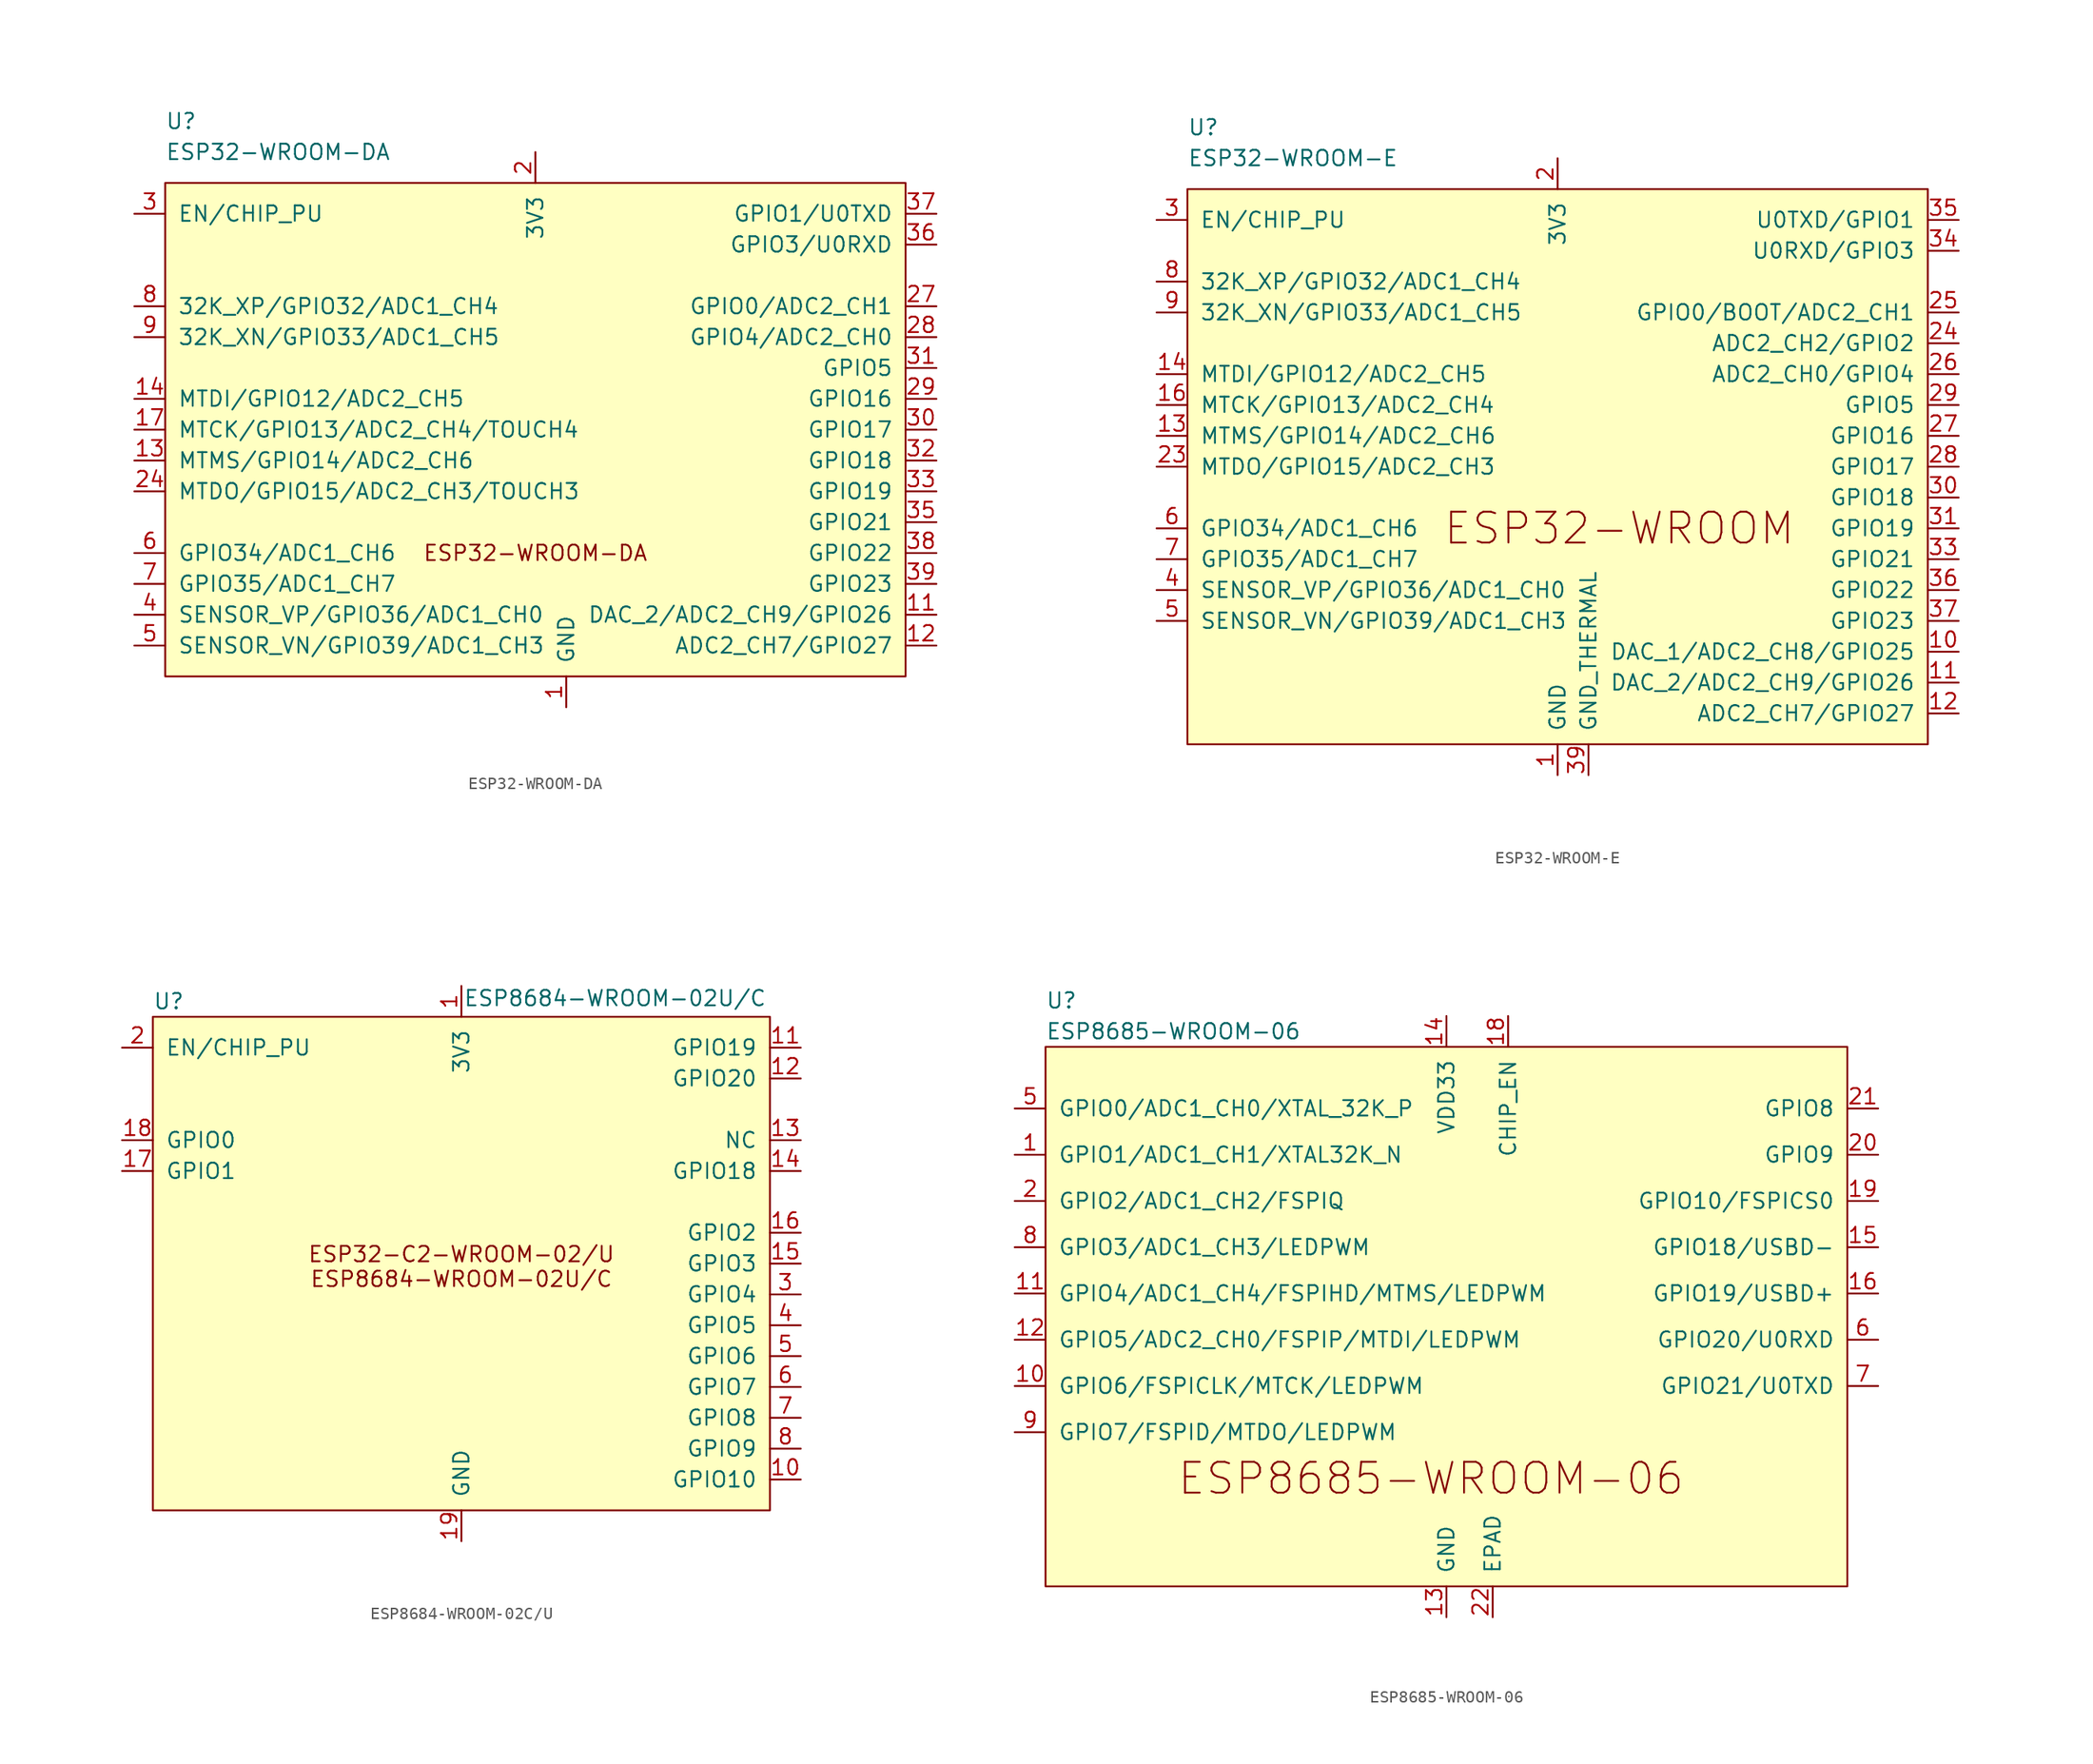
<source format=kicad_sym>
(kicad_symbol_lib
  (version 20241209)
  (generator "kicad_symbol_editor")
  (generator_version "9.0")
  (symbol "ESP32-WROOM-DA"
    (pin_names
      (offset 1.016))
    (property "Reference" "U"
      (at -30.48 25.4 0)
      (effects (font (size 1.27 1.27)) (justify left)))
    (property "Value" "ESP32-WROOM-DA"
      (at -30.48 22.86 0)
      (effects (font (size 1.27 1.27)) (justify left)))
    (symbol "ESP32-WROOM-DA_0_0"
      (pin power_in line (at 2.54 -22.86 90) (length 2.54) (name "GND" (effects (font (size 1.27 1.27)))) (number "1" (effects (font (size 1.27 1.27)))))
      (pin power_in line (at 2.54 -22.86 90) (length 2.54) (hide yes) (name "GND" (effects (font (size 1.27 1.27)))) (number "40" (effects (font (size 1.27 1.27)))))
      (pin power_in line (at 2.54 -22.86 90) (length 2.54) (hide yes) (name "GND" (effects (font (size 1.27 1.27)))) (number "43" (effects (font (size 1.27 1.27))))))
    (symbol "ESP32-WROOM-DA_0_1"
      (rectangle (start -30.48 20.32) (end 30.48 -20.32) (stroke (width 0) (type default)) (fill (type background))))
    (symbol "ESP32-WROOM-DA_1_1"
      (text "ESP32-WROOM-DA" (at 0 -10.16 0) (effects (font (size 1.27 1.27))))
      (pin input line (at -33.02 17.78 0) (length 2.54) (name "EN/CHIP_PU" (effects (font (size 1.27 1.27)))) (number "3" (effects (font (size 1.27 1.27)))))
      (pin bidirectional line (at -33.02 10.16 0) (length 2.54) (name "32K_XP/GPIO32/ADC1_CH4" (effects (font (size 1.27 1.27)))) (number "8" (effects (font (size 1.27 1.27)))))
      (pin bidirectional line (at -33.02 7.62 0) (length 2.54) (name "32K_XN/GPIO33/ADC1_CH5" (effects (font (size 1.27 1.27)))) (number "9" (effects (font (size 1.27 1.27)))))
      (pin bidirectional line (at -33.02 2.54 0) (length 2.54) (name "MTDI/GPIO12/ADC2_CH5" (effects (font (size 1.27 1.27)))) (number "14" (effects (font (size 1.27 1.27)))))
      (pin bidirectional line (at -33.02 0 0) (length 2.54) (name "MTCK/GPIO13/ADC2_CH4/TOUCH4" (effects (font (size 1.27 1.27)))) (number "17" (effects (font (size 1.27 1.27)))))
      (pin bidirectional line (at -33.02 -2.54 0) (length 2.54) (name "MTMS/GPIO14/ADC2_CH6" (effects (font (size 1.27 1.27)))) (number "13" (effects (font (size 1.27 1.27)))))
      (pin bidirectional line (at -33.02 -5.08 0) (length 2.54) (name "MTDO/GPIO15/ADC2_CH3/TOUCH3" (effects (font (size 1.27 1.27)))) (number "24" (effects (font (size 1.27 1.27)))))
      (pin input line (at -33.02 -10.16 0) (length 2.54) (name "GPIO34/ADC1_CH6" (effects (font (size 1.27 1.27)))) (number "6" (effects (font (size 1.27 1.27)))))
      (pin input line (at -33.02 -12.7 0) (length 2.54) (name "GPIO35/ADC1_CH7" (effects (font (size 1.27 1.27)))) (number "7" (effects (font (size 1.27 1.27)))))
      (pin input line (at -33.02 -15.24 0) (length 2.54) (name "SENSOR_VP/GPIO36/ADC1_CH0" (effects (font (size 1.27 1.27)))) (number "4" (effects (font (size 1.27 1.27)))))
      (pin input line (at -33.02 -17.78 0) (length 2.54) (name "SENSOR_VN/GPIO39/ADC1_CH3" (effects (font (size 1.27 1.27)))) (number "5" (effects (font (size 1.27 1.27)))))
      (pin power_in line (at 0 22.86 270) (length 2.54) (name "3V3" (effects (font (size 1.27 1.27)))) (number "2" (effects (font (size 1.27 1.27)))))
      (pin power_in line (at 2.54 -22.86 90) (length 2.54) (hide yes) (name "GND" (effects (font (size 1.27 1.27)))) (number "16" (effects (font (size 1.27 1.27)))))
      (pin bidirectional line (at 33.02 17.78 180) (length 2.54) (name "GPIO1/U0TXD" (effects (font (size 1.27 1.27)))) (number "37" (effects (font (size 1.27 1.27)))))
      (pin bidirectional line (at 33.02 15.24 180) (length 2.54) (name "GPIO3/U0RXD" (effects (font (size 1.27 1.27)))) (number "36" (effects (font (size 1.27 1.27)))))
      (pin bidirectional line (at 33.02 10.16 180) (length 2.54) (name "GPIO0/ADC2_CH1" (effects (font (size 1.27 1.27)))) (number "27" (effects (font (size 1.27 1.27)))))
      (pin bidirectional line (at 33.02 7.62 180) (length 2.54) (name "GPIO4/ADC2_CH0" (effects (font (size 1.27 1.27)))) (number "28" (effects (font (size 1.27 1.27)))))
      (pin bidirectional line (at 33.02 5.08 180) (length 2.54) (name "GPIO5" (effects (font (size 1.27 1.27)))) (number "31" (effects (font (size 1.27 1.27)))))
      (pin bidirectional line (at 33.02 2.54 180) (length 2.54) (name "GPIO16" (effects (font (size 1.27 1.27)))) (number "29" (effects (font (size 1.27 1.27)))))
      (pin bidirectional line (at 33.02 0 180) (length 2.54) (name "GPIO17" (effects (font (size 1.27 1.27)))) (number "30" (effects (font (size 1.27 1.27)))))
      (pin bidirectional line (at 33.02 -2.54 180) (length 2.54) (name "GPIO18" (effects (font (size 1.27 1.27)))) (number "32" (effects (font (size 1.27 1.27)))))
      (pin bidirectional line (at 33.02 -5.08 180) (length 2.54) (name "GPIO19" (effects (font (size 1.27 1.27)))) (number "33" (effects (font (size 1.27 1.27)))))
      (pin bidirectional line (at 33.02 -7.62 180) (length 2.54) (name "GPIO21" (effects (font (size 1.27 1.27)))) (number "35" (effects (font (size 1.27 1.27)))))
      (pin bidirectional line (at 33.02 -10.16 180) (length 2.54) (name "GPIO22" (effects (font (size 1.27 1.27)))) (number "38" (effects (font (size 1.27 1.27)))))
      (pin bidirectional line (at 33.02 -12.7 180) (length 2.54) (name "GPIO23" (effects (font (size 1.27 1.27)))) (number "39" (effects (font (size 1.27 1.27)))))
      (pin bidirectional line (at 33.02 -15.24 180) (length 2.54) (name "DAC_2/ADC2_CH9/GPIO26" (effects (font (size 1.27 1.27)))) (number "11" (effects (font (size 1.27 1.27)))))
      (pin bidirectional line (at 33.02 -17.78 180) (length 2.54) (name "ADC2_CH7/GPIO27" (effects (font (size 1.27 1.27)))) (number "12" (effects (font (size 1.27 1.27)))))))
  (symbol "ESP32-WROOM-E"
    (pin_names
      (offset 1.016))
    (property "Reference" "U"
      (at -30.48 27.94 0)
      (effects (font (size 1.27 1.27)) (justify left)))
    (property "Value" "ESP32-WROOM-E"
      (at -30.48 25.4 0)
      (effects (font (size 1.27 1.27)) (justify left)))
    (symbol "ESP32-WROOM-E_0_1"
      (rectangle (start -30.48 22.86) (end 30.48 -22.86) (stroke (width 0) (type default)) (fill (type background))))
    (symbol "ESP32-WROOM-E_1_1"
      (text "ESP32-­WROOM­" (at 5.08 -5.08 0) (effects (font (size 2.54 2.54))))
      (pin input line (at -33.02 20.32 0) (length 2.54) (name "EN/CHIP_PU" (effects (font (size 1.27 1.27)))) (number "3" (effects (font (size 1.27 1.27)))))
      (pin bidirectional line (at -33.02 15.24 0) (length 2.54) (name "32K_XP/GPIO32/ADC1_CH4" (effects (font (size 1.27 1.27)))) (number "8" (effects (font (size 1.27 1.27)))))
      (pin bidirectional line (at -33.02 12.7 0) (length 2.54) (name "32K_XN/GPIO33/ADC1_CH5" (effects (font (size 1.27 1.27)))) (number "9" (effects (font (size 1.27 1.27)))))
      (pin bidirectional line (at -33.02 7.62 0) (length 2.54) (name "MTDI/GPIO12/ADC2_CH5" (effects (font (size 1.27 1.27)))) (number "14" (effects (font (size 1.27 1.27)))))
      (pin bidirectional line (at -33.02 5.08 0) (length 2.54) (name "MTCK/GPIO13/ADC2_CH4" (effects (font (size 1.27 1.27)))) (number "16" (effects (font (size 1.27 1.27)))))
      (pin bidirectional line (at -33.02 2.54 0) (length 2.54) (name "MTMS/GPIO14/ADC2_CH6" (effects (font (size 1.27 1.27)))) (number "13" (effects (font (size 1.27 1.27)))))
      (pin bidirectional line (at -33.02 0 0) (length 2.54) (name "MTDO/GPIO15/ADC2_CH3" (effects (font (size 1.27 1.27)))) (number "23" (effects (font (size 1.27 1.27)))))
      (pin input line (at -33.02 -5.08 0) (length 2.54) (name "GPIO34/ADC1_CH6" (effects (font (size 1.27 1.27)))) (number "6" (effects (font (size 1.27 1.27)))))
      (pin input line (at -33.02 -7.62 0) (length 2.54) (name "GPIO35/ADC1_CH7" (effects (font (size 1.27 1.27)))) (number "7" (effects (font (size 1.27 1.27)))))
      (pin input line (at -33.02 -10.16 0) (length 2.54) (name "SENSOR_VP/GPIO36/ADC1_CH0" (effects (font (size 1.27 1.27)))) (number "4" (effects (font (size 1.27 1.27)))))
      (pin input line (at -33.02 -12.7 0) (length 2.54) (name "SENSOR_VN/GPIO39/ADC1_CH3" (effects (font (size 1.27 1.27)))) (number "5" (effects (font (size 1.27 1.27)))))
      (pin power_in line (at 0 25.4 270) (length 2.54) (name "3V3" (effects (font (size 1.27 1.27)))) (number "2" (effects (font (size 1.27 1.27)))))
      (pin power_in line (at 0 -25.4 90) (length 2.54) (name "GND" (effects (font (size 1.27 1.27)))) (number "1" (effects (font (size 1.27 1.27)))))
      (pin passive line (at 0 -25.4 90) (length 2.54) (hide yes) (name "GND" (effects (font (size 1.27 1.27)))) (number "15" (effects (font (size 1.27 1.27)))))
      (pin passive line (at 0 -25.4 90) (length 2.54) (hide yes) (name "GND" (effects (font (size 1.27 1.27)))) (number "38" (effects (font (size 1.27 1.27)))))
      (pin power_in line (at 2.54 -25.4 90) (length 2.54) (name "GND_THERMAL" (effects (font (size 1.27 1.27)))) (number "39" (effects (font (size 1.27 1.27)))))
      (pin bidirectional line (at 33.02 20.32 180) (length 2.54) (name "U0TXD/GPIO1" (effects (font (size 1.27 1.27)))) (number "35" (effects (font (size 1.27 1.27)))))
      (pin bidirectional line (at 33.02 17.78 180) (length 2.54) (name "U0RXD/GPIO3" (effects (font (size 1.27 1.27)))) (number "34" (effects (font (size 1.27 1.27)))))
      (pin bidirectional line (at 33.02 12.7 180) (length 2.54) (name "GPIO0/BOOT/ADC2_CH1" (effects (font (size 1.27 1.27)))) (number "25" (effects (font (size 1.27 1.27)))))
      (pin bidirectional line (at 33.02 10.16 180) (length 2.54) (name "ADC2_CH2/GPIO2" (effects (font (size 1.27 1.27)))) (number "24" (effects (font (size 1.27 1.27)))))
      (pin bidirectional line (at 33.02 7.62 180) (length 2.54) (name "ADC2_CH0/GPIO4" (effects (font (size 1.27 1.27)))) (number "26" (effects (font (size 1.27 1.27)))))
      (pin bidirectional line (at 33.02 5.08 180) (length 2.54) (name "GPIO5" (effects (font (size 1.27 1.27)))) (number "29" (effects (font (size 1.27 1.27)))))
      (pin bidirectional line (at 33.02 2.54 180) (length 2.54) (name "GPIO16" (effects (font (size 1.27 1.27)))) (number "27" (effects (font (size 1.27 1.27)))))
      (pin bidirectional line (at 33.02 0 180) (length 2.54) (name "GPIO17" (effects (font (size 1.27 1.27)))) (number "28" (effects (font (size 1.27 1.27)))))
      (pin bidirectional line (at 33.02 -2.54 180) (length 2.54) (name "GPIO18" (effects (font (size 1.27 1.27)))) (number "30" (effects (font (size 1.27 1.27)))))
      (pin bidirectional line (at 33.02 -5.08 180) (length 2.54) (name "GPIO19" (effects (font (size 1.27 1.27)))) (number "31" (effects (font (size 1.27 1.27)))))
      (pin bidirectional line (at 33.02 -7.62 180) (length 2.54) (name "GPIO21" (effects (font (size 1.27 1.27)))) (number "33" (effects (font (size 1.27 1.27)))))
      (pin bidirectional line (at 33.02 -10.16 180) (length 2.54) (name "GPIO22" (effects (font (size 1.27 1.27)))) (number "36" (effects (font (size 1.27 1.27)))))
      (pin bidirectional line (at 33.02 -12.7 180) (length 2.54) (name "GPIO23" (effects (font (size 1.27 1.27)))) (number "37" (effects (font (size 1.27 1.27)))))
      (pin bidirectional line (at 33.02 -15.24 180) (length 2.54) (name "DAC_1/ADC2_CH8/GPIO25" (effects (font (size 1.27 1.27)))) (number "10" (effects (font (size 1.27 1.27)))))
      (pin bidirectional line (at 33.02 -17.78 180) (length 2.54) (name "DAC_2/ADC2_CH9/GPIO26" (effects (font (size 1.27 1.27)))) (number "11" (effects (font (size 1.27 1.27)))))
      (pin bidirectional line (at 33.02 -20.32 180) (length 2.54) (name "ADC2_CH7/GPIO27" (effects (font (size 1.27 1.27)))) (number "12" (effects (font (size 1.27 1.27)))))))
  (symbol "ESP8684-WROOM-02C/U"
    (pin_names
      (offset 1.016))
    (property "Reference" "U"
      (at -25.4 21.59 0)
      (effects (font (size 1.27 1.27)) (justify left)))
    (property "Value" "ESP8684-WROOM-02U/C"
      (at 25.146 21.844 0)
      (effects (font (size 1.27 1.27)) (justify right)))
    (symbol "ESP8684-WROOM-02C/U_0_1"
      (rectangle (start -25.4 20.32) (end 25.4 -20.32) (stroke (width 0) (type default)) (fill (type background))))
    (symbol "ESP8684-WROOM-02C/U_1_1"
      (text "ESP32-C2-WROOM-02/U\nESP8684-WROOM-02U/C" (at 0 -0.254 0) (effects (font (size 1.27 1.27))))
      (pin input line (at -27.94 17.78 0) (length 2.54) (name "EN/CHIP_PU" (effects (font (size 1.27 1.27)))) (number "2" (effects (font (size 1.27 1.27)))))
      (pin bidirectional line (at -27.94 10.16 0) (length 2.54) (name "GPIO0" (effects (font (size 1.27 1.27)))) (number "18" (effects (font (size 1.27 1.27)))) (alternate "ADC1_CH0" bidirectional line))
      (pin bidirectional line (at -27.94 7.62 0) (length 2.54) (name "GPIO1" (effects (font (size 1.27 1.27)))) (number "17" (effects (font (size 1.27 1.27)))) (alternate "ADC1_CH1" bidirectional line))
      (pin power_in line (at 0 22.86 270) (length 2.54) (name "3V3" (effects (font (size 1.27 1.27)))) (number "1" (effects (font (size 1.27 1.27)))))
      (pin power_in line (at 0 -22.86 90) (length 2.54) (name "GND" (effects (font (size 1.27 1.27)))) (number "19" (effects (font (size 1.27 1.27)))))
      (pin passive line (at 0 -22.86 90) (length 2.54) (hide yes) (name "GND" (effects (font (size 1.27 1.27)))) (number "9" (effects (font (size 1.27 1.27)))))
      (pin bidirectional line (at 27.94 17.78 180) (length 2.54) (name "GPIO19" (effects (font (size 1.27 1.27)))) (number "11" (effects (font (size 1.27 1.27)))) (alternate "U0RXD" bidirectional line))
      (pin bidirectional line (at 27.94 15.24 180) (length 2.54) (name "GPIO20" (effects (font (size 1.27 1.27)))) (number "12" (effects (font (size 1.27 1.27)))) (alternate "U0TXD" bidirectional line))
      (pin bidirectional line (at 27.94 10.16 180) (length 2.54) (name "NC" (effects (font (size 1.27 1.27)))) (number "13" (effects (font (size 1.27 1.27)))))
      (pin bidirectional line (at 27.94 7.62 180) (length 2.54) (name "GPIO18" (effects (font (size 1.27 1.27)))) (number "14" (effects (font (size 1.27 1.27)))))
      (pin bidirectional line (at 27.94 2.54 180) (length 2.54) (name "GPIO2" (effects (font (size 1.27 1.27)))) (number "16" (effects (font (size 1.27 1.27)))) (alternate "ADC1_CH2" input line) (alternate "FSPIQ" bidirectional line))
      (pin bidirectional line (at 27.94 0 180) (length 2.54) (name "GPIO3" (effects (font (size 1.27 1.27)))) (number "15" (effects (font (size 1.27 1.27)))) (alternate "ADC1_CH3" bidirectional line))
      (pin bidirectional line (at 27.94 -2.54 180) (length 2.54) (name "GPIO4" (effects (font (size 1.27 1.27)))) (number "3" (effects (font (size 1.27 1.27)))) (alternate "ADC1_CH4" bidirectional line) (alternate "FSPIHD" bidirectional line) (alternate "MTMS" bidirectional line))
      (pin bidirectional line (at 27.94 -5.08 180) (length 2.54) (name "GPIO5" (effects (font (size 1.27 1.27)))) (number "4" (effects (font (size 1.27 1.27)))) (alternate "FSPIWP" bidirectional line) (alternate "MTDI" bidirectional line))
      (pin bidirectional line (at 27.94 -7.62 180) (length 2.54) (name "GPIO6" (effects (font (size 1.27 1.27)))) (number "5" (effects (font (size 1.27 1.27)))) (alternate "FSPICLK" bidirectional line) (alternate "MTCK" bidirectional line))
      (pin bidirectional line (at 27.94 -10.16 180) (length 2.54) (name "GPIO7" (effects (font (size 1.27 1.27)))) (number "6" (effects (font (size 1.27 1.27)))) (alternate "FSPID" bidirectional line) (alternate "MTDO" bidirectional line))
      (pin bidirectional line (at 27.94 -12.7 180) (length 2.54) (name "GPIO8" (effects (font (size 1.27 1.27)))) (number "7" (effects (font (size 1.27 1.27)))))
      (pin bidirectional line (at 27.94 -15.24 180) (length 2.54) (name "GPIO9" (effects (font (size 1.27 1.27)))) (number "8" (effects (font (size 1.27 1.27)))))
      (pin bidirectional line (at 27.94 -17.78 180) (length 2.54) (name "GPIO10" (effects (font (size 1.27 1.27)))) (number "10" (effects (font (size 1.27 1.27)))) (alternate "FSPICS0" bidirectional line))))
  (symbol "ESP8685-WROOM-06"
    (pin_names
      (offset 1.016))
    (property "Reference" "U"
      (at -33.02 24.13 0)
      (effects (font (size 1.27 1.27)) (justify left)))
    (property "Value" "ESP8685-WROOM-06"
      (at -33.02 21.59 0)
      (effects (font (size 1.27 1.27)) (justify left)))
    (symbol "ESP8685-WROOM-06_0_1"
      (rectangle (start -33.02 20.32) (end 33.02 -24.13) (stroke (width 0) (type default)) (fill (type background))))
    (symbol "ESP8685-WROOM-06_1_0"
      (pin bidirectional line (at 35.56 15.24 180) (length 2.54) (name "GPIO8" (effects (font (size 1.27 1.27)))) (number "21" (effects (font (size 1.27 1.27))))))
    (symbol "ESP8685-WROOM-06_1_1"
      (text "ESP8685-WROOM-06" (at -1.27 -15.24 0) (effects (font (size 2.54 2.54))))
      (pin bidirectional line (at -35.56 15.24 0) (length 2.54) (name "GPIO0/ADC1_CH0/XTAL_32K_P" (effects (font (size 1.27 1.27)))) (number "5" (effects (font (size 1.27 1.27)))))
      (pin bidirectional line (at -35.56 11.43 0) (length 2.54) (name "GPIO1/ADC1_CH1/XTAL32K_N" (effects (font (size 1.27 1.27)))) (number "1" (effects (font (size 1.27 1.27)))))
      (pin bidirectional line (at -35.56 7.62 0) (length 2.54) (name "GPIO2/ADC1_CH2/FSPIQ" (effects (font (size 1.27 1.27)))) (number "2" (effects (font (size 1.27 1.27)))))
      (pin bidirectional line (at -35.56 3.81 0) (length 2.54) (name "GPIO3/ADC1_CH3/LEDPWM" (effects (font (size 1.27 1.27)))) (number "8" (effects (font (size 1.27 1.27)))))
      (pin bidirectional line (at -35.56 0 0) (length 2.54) (name "GPIO4/ADC1_CH4/FSPIHD/MTMS/LEDPWM" (effects (font (size 1.27 1.27)))) (number "11" (effects (font (size 1.27 1.27)))))
      (pin bidirectional line (at -35.56 -3.81 0) (length 2.54) (name "GPIO5/ADC2_CH0/FSPIP/MTDI/LEDPWM" (effects (font (size 1.27 1.27)))) (number "12" (effects (font (size 1.27 1.27)))))
      (pin bidirectional line (at -35.56 -7.62 0) (length 2.54) (name "GPIO6/FSPICLK/MTCK/LEDPWM" (effects (font (size 1.27 1.27)))) (number "10" (effects (font (size 1.27 1.27)))))
      (pin bidirectional line (at -35.56 -11.43 0) (length 2.54) (name "GPIO7/FSPID/MTDO/LEDPWM" (effects (font (size 1.27 1.27)))) (number "9" (effects (font (size 1.27 1.27)))))
      (pin power_in line (at 0 22.86 270) (length 2.54) (name "VDD33" (effects (font (size 1.27 1.27)))) (number "14" (effects (font (size 1.27 1.27)))))
      (pin power_in line (at 0 -26.67 90) (length 2.54) (name "GND" (effects (font (size 1.27 1.27)))) (number "13" (effects (font (size 1.27 1.27)))))
      (pin power_in line (at 3.81 -26.67 90) (length 2.54) (name "EPAD" (effects (font (size 1.27 1.27)))) (number "22" (effects (font (size 1.27 1.27)))))
      (pin input line (at 5.08 22.86 270) (length 2.54) (name "CHIP_EN" (effects (font (size 1.27 1.27)))) (number "18" (effects (font (size 1.27 1.27)))))
      (pin no_connect non_logic (at 11.43 22.86 270) (length 2.54) (hide yes) (name "NC" (effects (font (size 1.27 1.27)))) (number "3" (effects (font (size 1.27 1.27)))))
      (pin no_connect non_logic (at 15.24 22.86 270) (length 2.54) (hide yes) (name "NC" (effects (font (size 1.27 1.27)))) (number "4" (effects (font (size 1.27 1.27)))))
      (pin no_connect non_logic (at 19.05 22.86 270) (length 2.54) (hide yes) (name "NC" (effects (font (size 1.27 1.27)))) (number "17" (effects (font (size 1.27 1.27)))))
      (pin bidirectional line (at 35.56 11.43 180) (length 2.54) (name "GPIO9" (effects (font (size 1.27 1.27)))) (number "20" (effects (font (size 1.27 1.27)))))
      (pin bidirectional line (at 35.56 7.62 180) (length 2.54) (name "GPIO10/FSPICS0" (effects (font (size 1.27 1.27)))) (number "19" (effects (font (size 1.27 1.27)))))
      (pin bidirectional line (at 35.56 3.81 180) (length 2.54) (name "GPIO18/USBD-" (effects (font (size 1.27 1.27)))) (number "15" (effects (font (size 1.27 1.27)))))
      (pin bidirectional line (at 35.56 0 180) (length 2.54) (name "GPIO19/USBD+" (effects (font (size 1.27 1.27)))) (number "16" (effects (font (size 1.27 1.27)))))
      (pin bidirectional line (at 35.56 -3.81 180) (length 2.54) (name "GPIO20/U0RXD" (effects (font (size 1.27 1.27)))) (number "6" (effects (font (size 1.27 1.27)))))
      (pin bidirectional line (at 35.56 -7.62 180) (length 2.54) (name "GPIO21/U0TXD" (effects (font (size 1.27 1.27)))) (number "7" (effects (font (size 1.27 1.27))))))))
</source>
